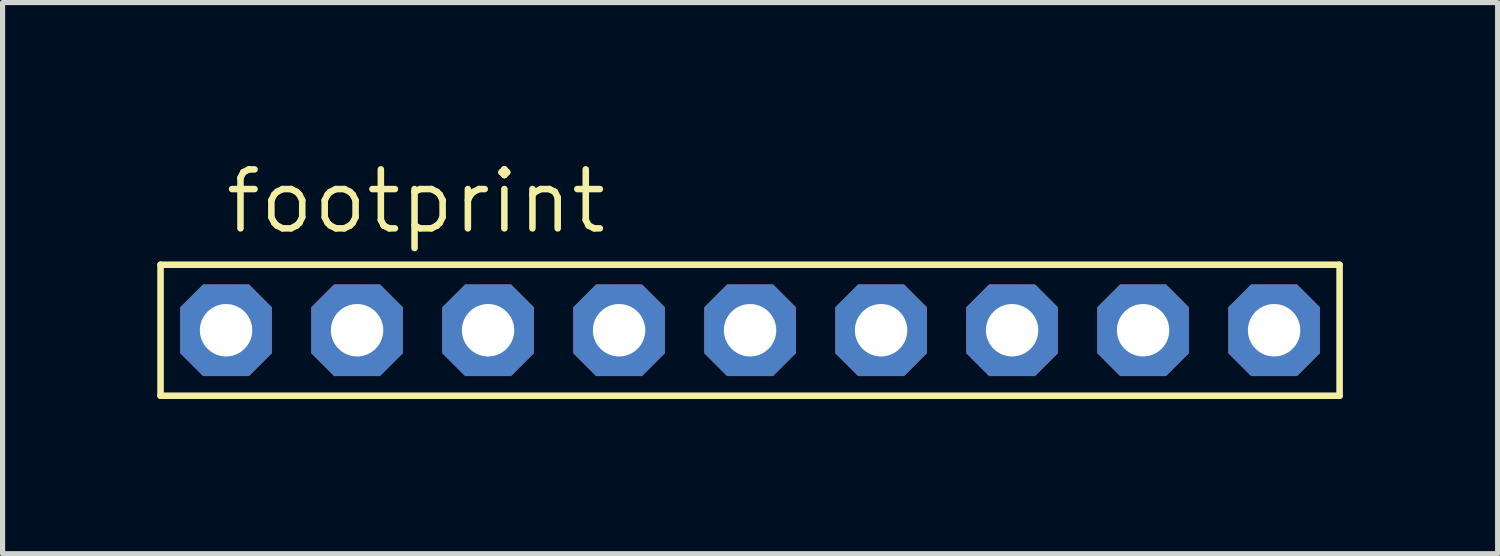
<source format=kicad_pcb>
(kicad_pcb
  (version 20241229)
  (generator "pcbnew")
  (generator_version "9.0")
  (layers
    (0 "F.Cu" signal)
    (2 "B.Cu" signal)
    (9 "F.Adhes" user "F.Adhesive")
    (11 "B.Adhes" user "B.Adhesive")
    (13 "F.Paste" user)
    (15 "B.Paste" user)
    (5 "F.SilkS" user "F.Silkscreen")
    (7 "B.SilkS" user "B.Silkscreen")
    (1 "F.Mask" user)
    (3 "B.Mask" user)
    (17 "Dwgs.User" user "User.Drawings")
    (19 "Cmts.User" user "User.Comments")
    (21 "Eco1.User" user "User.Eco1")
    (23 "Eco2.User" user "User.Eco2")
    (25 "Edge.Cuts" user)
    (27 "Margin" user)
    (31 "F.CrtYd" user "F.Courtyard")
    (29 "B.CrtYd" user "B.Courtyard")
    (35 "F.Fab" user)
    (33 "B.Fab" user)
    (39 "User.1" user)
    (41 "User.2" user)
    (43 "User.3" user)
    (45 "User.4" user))
  (footprint "footprint"
    (layer "F.Cu")
    (at 11.493 3.353)
    (property "Reference" "footprint" (at -10.236 -1.829 0) (layer "F.SilkS") (effects (font (size 1.143 1.143) (thickness 0.127)) (justify left bottom)))
    (fp_line (start -11.43 -1.27) (end 11.43 -1.27) (stroke (width 0.127) (type solid)) (layer "F.SilkS"))
    (fp_line (start -11.43 1.27) (end -11.43 -1.27) (stroke (width 0.127) (type solid)) (layer "F.SilkS"))
    (fp_line (start 11.43 -1.27) (end 11.43 1.27) (stroke (width 0.127) (type solid)) (layer "F.SilkS"))
    (fp_line (start 11.43 1.27) (end -11.43 1.27) (stroke (width 0.127) (type solid)) (layer "F.SilkS"))
    (fp_poly (pts (xy -10.414 0.254) (xy -9.906 0.254) (xy -9.906 -0.254) (xy -10.414 -0.254)) (stroke (width 0.1) (type solid)) (fill no) (layer "F.Fab"))
    (fp_poly (pts (xy -7.874 0.254) (xy -7.366 0.254) (xy -7.366 -0.254) (xy -7.874 -0.254)) (stroke (width 0.1) (type solid)) (fill no) (layer "F.Fab"))
    (fp_poly (pts (xy -5.334 0.254) (xy -4.826 0.254) (xy -4.826 -0.254) (xy -5.334 -0.254)) (stroke (width 0.1) (type solid)) (fill no) (layer "F.Fab"))
    (fp_poly (pts (xy -2.794 0.254) (xy -2.286 0.254) (xy -2.286 -0.254) (xy -2.794 -0.254)) (stroke (width 0.1) (type solid)) (fill no) (layer "F.Fab"))
    (fp_poly (pts (xy -0.254 0.254) (xy 0.254 0.254) (xy 0.254 -0.254) (xy -0.254 -0.254)) (stroke (width 0.1) (type solid)) (fill no) (layer "F.Fab"))
    (fp_poly (pts (xy 2.286 0.254) (xy 2.794 0.254) (xy 2.794 -0.254) (xy 2.286 -0.254)) (stroke (width 0.1) (type solid)) (fill no) (layer "F.Fab"))
    (fp_poly (pts (xy 4.826 0.254) (xy 5.334 0.254) (xy 5.334 -0.254) (xy 4.826 -0.254)) (stroke (width 0.1) (type solid)) (fill no) (layer "F.Fab"))
    (fp_poly (pts (xy 7.366 0.254) (xy 7.874 0.254) (xy 7.874 -0.254) (xy 7.366 -0.254)) (stroke (width 0.1) (type solid)) (fill no) (layer "F.Fab"))
    (fp_poly (pts (xy 9.906 0.254) (xy 10.414 0.254) (xy 10.414 -0.254) (xy 9.906 -0.254)) (stroke (width 0.1) (type solid)) (fill no) (layer "F.Fab"))
    (pad "1" thru_hole roundrect (at -10.16 0 90) (size 1.778 1.778) (drill 1.016) (layers "*.Cu" "*.Mask") (roundrect_rratio 0.25) (chamfer_ratio 0.25) (chamfer top_left top_right bottom_left bottom_right))
    (pad "2" thru_hole roundrect (at -7.62 0 90) (size 1.778 1.778) (drill 1.016) (layers "*.Cu" "*.Mask") (roundrect_rratio 0.25) (chamfer_ratio 0.25) (chamfer top_left top_right bottom_left bottom_right))
    (pad "3" thru_hole roundrect (at -5.08 0 90) (size 1.778 1.778) (drill 1.016) (layers "*.Cu" "*.Mask") (roundrect_rratio 0.25) (chamfer_ratio 0.25) (chamfer top_left top_right bottom_left bottom_right))
    (pad "4" thru_hole roundrect (at -2.54 0 90) (size 1.778 1.778) (drill 1.016) (layers "*.Cu" "*.Mask") (roundrect_rratio 0.25) (chamfer_ratio 0.25) (chamfer top_left top_right bottom_left bottom_right))
    (pad "5" thru_hole roundrect (at 0 0 90) (size 1.778 1.778) (drill 1.016) (layers "*.Cu" "*.Mask") (roundrect_rratio 0.25) (chamfer_ratio 0.25) (chamfer top_left top_right bottom_left bottom_right))
    (pad "6" thru_hole roundrect (at 2.54 0 90) (size 1.778 1.778) (drill 1.016) (layers "*.Cu" "*.Mask") (roundrect_rratio 0.25) (chamfer_ratio 0.25) (chamfer top_left top_right bottom_left bottom_right))
    (pad "7" thru_hole roundrect (at 5.08 0 90) (size 1.778 1.778) (drill 1.016) (layers "*.Cu" "*.Mask") (roundrect_rratio 0.25) (chamfer_ratio 0.25) (chamfer top_left top_right bottom_left bottom_right))
    (pad "8" thru_hole roundrect (at 7.62 0 90) (size 1.778 1.778) (drill 1.016) (layers "*.Cu" "*.Mask") (roundrect_rratio 0.25) (chamfer_ratio 0.25) (chamfer top_left top_right bottom_left bottom_right))
    (pad "9" thru_hole roundrect (at 10.16 0 90) (size 1.778 1.778) (drill 1.016) (layers "*.Cu" "*.Mask") (roundrect_rratio 0.25) (chamfer_ratio 0.25) (chamfer top_left top_right bottom_left bottom_right)))
  (gr_rect
    (start -3 -3)
    (end 25.987 7.686)
    (stroke (width 0.1) (type default))
    (fill no)
    (layer "Edge.Cuts")))
</source>
